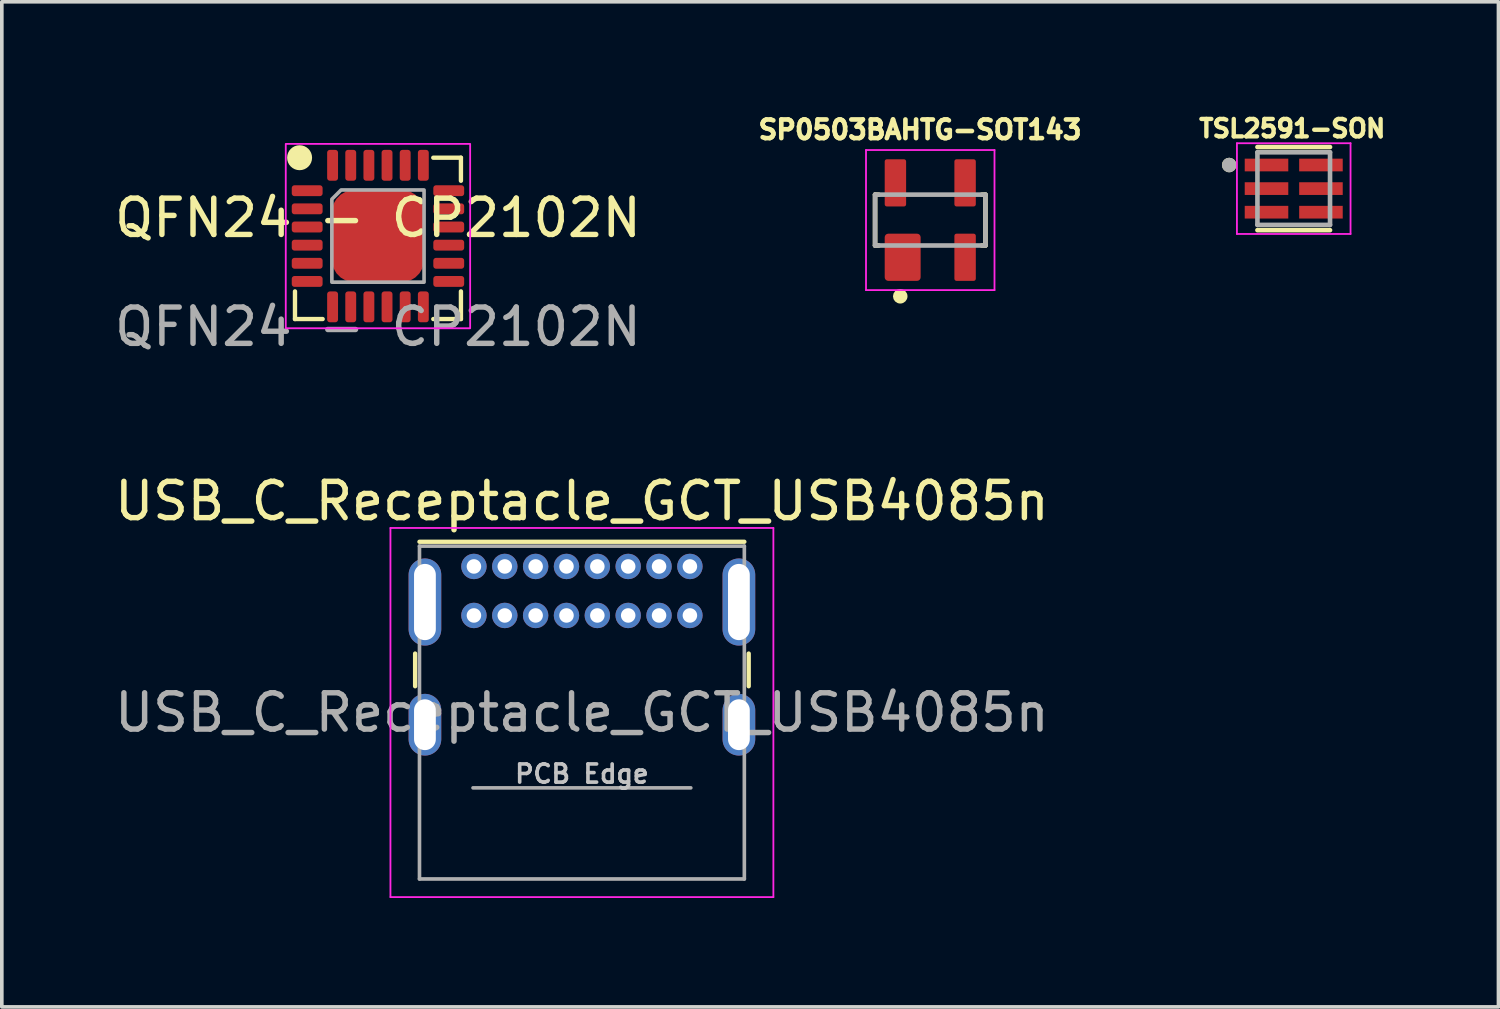
<source format=kicad_pcb>
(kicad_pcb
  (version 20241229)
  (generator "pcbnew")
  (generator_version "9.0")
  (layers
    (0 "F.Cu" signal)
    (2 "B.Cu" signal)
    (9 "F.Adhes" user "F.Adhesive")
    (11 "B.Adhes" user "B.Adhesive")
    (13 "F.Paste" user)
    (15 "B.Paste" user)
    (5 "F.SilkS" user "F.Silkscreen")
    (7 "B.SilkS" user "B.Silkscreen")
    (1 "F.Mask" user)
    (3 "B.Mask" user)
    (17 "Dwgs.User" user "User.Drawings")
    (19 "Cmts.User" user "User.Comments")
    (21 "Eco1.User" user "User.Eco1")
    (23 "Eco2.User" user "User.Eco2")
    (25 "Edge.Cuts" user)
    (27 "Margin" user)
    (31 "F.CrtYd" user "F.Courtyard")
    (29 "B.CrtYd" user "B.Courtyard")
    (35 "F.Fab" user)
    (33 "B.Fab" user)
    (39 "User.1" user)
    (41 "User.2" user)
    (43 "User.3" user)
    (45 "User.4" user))
  (footprint "SP0503BAHTG-SOT143"
    (layer "F.Cu")
    (at 22.579 3.013)
    (property "Reference" "SP0503BAHTG-SOT143" (at -0.281 -2.489 0) (layer "F.SilkS") (effects (font (size 0.513 0.513) (thickness 0.15))))
    (attr through_hole)
    (fp_line (start -1.52 -0.7) (end -1.52 0.7) (stroke (width 0.127) (type solid)) (layer "F.SilkS"))
    (fp_line (start -1.52 -0.7) (end -1.42 -0.7) (stroke (width 0.127) (type solid)) (layer "F.SilkS"))
    (fp_line (start -1.52 0.7) (end -1.42 0.7) (stroke (width 0.127) (type solid)) (layer "F.SilkS"))
    (fp_line (start 1.52 -0.7) (end 1.42 -0.7) (stroke (width 0.127) (type solid)) (layer "F.SilkS"))
    (fp_line (start 1.52 -0.7) (end 1.52 0.7) (stroke (width 0.127) (type solid)) (layer "F.SilkS"))
    (fp_line (start 1.52 0.7) (end 1.42 0.7) (stroke (width 0.127) (type solid)) (layer "F.SilkS"))
    (fp_circle (center -0.827 2.1) (end -0.727 2.1) (stroke (width 0.2) (type solid)) (fill no) (layer "F.SilkS"))
    (fp_line (start -1.77 -1.93) (end -1.77 1.93) (stroke (width 0.05) (type solid)) (layer "F.CrtYd"))
    (fp_line (start -1.77 1.93) (end 1.77 1.93) (stroke (width 0.05) (type solid)) (layer "F.CrtYd"))
    (fp_line (start 1.77 -1.93) (end -1.77 -1.93) (stroke (width 0.05) (type solid)) (layer "F.CrtYd"))
    (fp_line (start 1.77 1.93) (end 1.77 -1.93) (stroke (width 0.05) (type solid)) (layer "F.CrtYd"))
    (fp_line (start -1.52 -0.7) (end -1.52 0.7) (stroke (width 0.127) (type solid)) (layer "F.Fab"))
    (fp_line (start -1.52 0.7) (end 1.52 0.7) (stroke (width 0.127) (type solid)) (layer "F.Fab"))
    (fp_line (start 1.52 -0.7) (end -1.52 -0.7) (stroke (width 0.127) (type solid)) (layer "F.Fab"))
    (fp_line (start 1.52 0.7) (end 1.52 -0.7) (stroke (width 0.127) (type solid)) (layer "F.Fab"))
    (pad "1" smd roundrect (at -0.76 1.025) (size 0.99 1.3) (layers "F.Cu" "F.Mask" "F.Paste") (roundrect_rratio 0.1))
    (pad "2" smd roundrect (at 0.96 1.025) (size 0.59 1.3) (layers "F.Cu" "F.Mask" "F.Paste") (roundrect_rratio 0.1))
    (pad "3" smd roundrect (at 0.96 -1.025) (size 0.59 1.3) (layers "F.Cu" "F.Mask" "F.Paste") (roundrect_rratio 0.1))
    (pad "4" smd roundrect (at -0.96 -1.025) (size 0.59 1.3) (layers "F.Cu" "F.Mask" "F.Paste") (roundrect_rratio 0.1)))
  (footprint "TSL2591-SON"
    (layer "F.Cu")
    (at 32.593 2.146)
    (property "Reference" "TSL2591-SON" (at -0.041 -1.655 0) (layer "F.SilkS") (effects (font (size 0.48 0.48) (thickness 0.15))))
    (attr through_hole)
    (fp_line (start 1 -1.145) (end -1 -1.145) (stroke (width 0.127) (type solid)) (layer "F.SilkS"))
    (fp_line (start 1 1.145) (end -1 1.145) (stroke (width 0.127) (type solid)) (layer "F.SilkS"))
    (fp_circle (center -1.778 -0.65) (end -1.678 -0.65) (stroke (width 0.2) (type solid)) (fill no) (layer "F.SilkS"))
    (fp_line (start -1.565 -1.25) (end -1.565 1.25) (stroke (width 0.05) (type solid)) (layer "F.CrtYd"))
    (fp_line (start -1.565 1.25) (end 1.565 1.25) (stroke (width 0.05) (type solid)) (layer "F.CrtYd"))
    (fp_line (start 1.565 -1.25) (end -1.565 -1.25) (stroke (width 0.05) (type solid)) (layer "F.CrtYd"))
    (fp_line (start 1.565 1.25) (end 1.565 -1.25) (stroke (width 0.05) (type solid)) (layer "F.CrtYd"))
    (fp_line (start -1 -1) (end -1 1) (stroke (width 0.127) (type solid)) (layer "F.Fab"))
    (fp_line (start -1 1) (end 1 1) (stroke (width 0.127) (type solid)) (layer "F.Fab"))
    (fp_line (start 1 -1) (end -1 -1) (stroke (width 0.127) (type solid)) (layer "F.Fab"))
    (fp_line (start 1 1) (end 1 -1) (stroke (width 0.127) (type solid)) (layer "F.Fab"))
    (fp_circle (center -1.778 -0.65) (end -1.678 -0.65) (stroke (width 0.2) (type solid)) (fill no) (layer "F.Fab"))
    (pad "1" smd rect (at -0.75 -0.65) (size 1.2 0.35) (layers "F.Cu" "F.Mask" "F.Paste"))
    (pad "2" smd rect (at -0.75 0) (size 1.2 0.35) (layers "F.Cu" "F.Mask" "F.Paste"))
    (pad "3" smd rect (at -0.75 0.65) (size 1.2 0.35) (layers "F.Cu" "F.Mask" "F.Paste"))
    (pad "4" smd rect (at 0.75 0.65) (size 1.2 0.35) (layers "F.Cu" "F.Mask" "F.Paste"))
    (pad "5" smd rect (at 0.75 0) (size 1.2 0.35) (layers "F.Cu" "F.Mask" "F.Paste"))
    (pad "6" smd rect (at 0.75 -0.65) (size 1.2 0.35) (layers "F.Cu" "F.Mask" "F.Paste")))
  (footprint "QFN24 - CP2102N"
    (layer "F.Cu")
    (at 7.363 3.454)
    (property "Reference" "QFN24 - CP2102N" (at 0 -0.5 0) (unlocked yes) (layer "F.SilkS") (effects (font (size 1 1) (thickness 0.15))))
    (attr smd)
    (fp_line (start -2.286 2.286) (end -2.286 1.524) (stroke (width 0.12) (type solid)) (layer "F.SilkS"))
    (fp_line (start -1.524 2.286) (end -2.286 2.286) (stroke (width 0.12) (type solid)) (layer "F.SilkS"))
    (fp_line (start 1.524 -2.159) (end 2.286 -2.159) (stroke (width 0.12) (type solid)) (layer "F.SilkS"))
    (fp_line (start 2.286 -2.159) (end 2.286 -1.524) (stroke (width 0.12) (type solid)) (layer "F.SilkS"))
    (fp_line (start 2.286 1.524) (end 2.286 2.286) (stroke (width 0.12) (type solid)) (layer "F.SilkS"))
    (fp_line (start 2.286 2.286) (end 1.524 2.286) (stroke (width 0.12) (type solid)) (layer "F.SilkS"))
    (fp_circle (center -2.159 -2.159) (end -1.875 -2.159) (stroke (width 0.12) (type solid)) (fill yes) (layer "F.SilkS"))
    (fp_rect (start -2.54 -2.54) (end 2.54 2.54) (stroke (width 0.05) (type solid)) (fill no) (layer "F.CrtYd"))
    (fp_poly (pts (xy 1.27 1.27) (xy -1.27 1.27) (xy -1.27 -1.016) (xy -1.016 -1.27) (xy 1.27 -1.27)) (stroke (width 0.1) (type solid)) (fill no) (layer "F.Fab"))
    (fp_rect (start -3.429 -3.429) (end 3.556 3.429) (stroke (width 0.05) (type solid)) (fill no) (layer "User.1"))
    (fp_text user "${REFERENCE}" (at 0 2.5 0) (unlocked yes) (layer "F.Fab") (effects (font (size 1 1) (thickness 0.15))))
    (pad "1" smd roundrect (at -1.95 -1.25) (size 0.85 0.3) (layers "F.Cu" "F.Mask" "F.Paste") (roundrect_rratio 0.25))
    (pad "2" smd roundrect (at -1.95 -0.75) (size 0.85 0.3) (layers "F.Cu" "F.Mask" "F.Paste") (roundrect_rratio 0.25))
    (pad "2" smd roundrect (at 0 0) (size 2.55 2.55) (layers "F.Cu" "F.Mask" "F.Paste") (roundrect_rratio 0.25))
    (pad "3" smd roundrect (at -1.95 -0.25) (size 0.85 0.3) (layers "F.Cu" "F.Mask" "F.Paste") (roundrect_rratio 0.25))
    (pad "4" smd roundrect (at -1.95 0.25) (size 0.85 0.3) (layers "F.Cu" "F.Mask" "F.Paste") (roundrect_rratio 0.25))
    (pad "5" smd roundrect (at -1.95 0.75) (size 0.85 0.3) (layers "F.Cu" "F.Mask" "F.Paste") (roundrect_rratio 0.25))
    (pad "6" smd roundrect (at -1.95 1.25) (size 0.85 0.3) (layers "F.Cu" "F.Mask" "F.Paste") (roundrect_rratio 0.25))
    (pad "7" smd roundrect (at -1.25 1.95) (size 0.3 0.85) (layers "F.Cu" "F.Mask" "F.Paste") (roundrect_rratio 0.25))
    (pad "8" smd roundrect (at -0.75 1.95) (size 0.3 0.85) (layers "F.Cu" "F.Mask" "F.Paste") (roundrect_rratio 0.25))
    (pad "9" smd roundrect (at -0.25 1.95) (size 0.3 0.85) (layers "F.Cu" "F.Mask" "F.Paste") (roundrect_rratio 0.25))
    (pad "10" smd roundrect (at 0.25 1.95) (size 0.3 0.85) (layers "F.Cu" "F.Mask" "F.Paste") (roundrect_rratio 0.25))
    (pad "11" smd roundrect (at 0.75 1.95) (size 0.3 0.85) (layers "F.Cu" "F.Mask" "F.Paste") (roundrect_rratio 0.25))
    (pad "12" smd roundrect (at 1.25 1.95) (size 0.3 0.85) (layers "F.Cu" "F.Mask" "F.Paste") (roundrect_rratio 0.25))
    (pad "13" smd roundrect (at 1.95 1.25) (size 0.85 0.3) (layers "F.Cu" "F.Mask" "F.Paste") (roundrect_rratio 0.25))
    (pad "14" smd roundrect (at 1.95 0.75) (size 0.85 0.3) (layers "F.Cu" "F.Mask" "F.Paste") (roundrect_rratio 0.25))
    (pad "15" smd roundrect (at 1.95 0.25) (size 0.85 0.3) (layers "F.Cu" "F.Mask" "F.Paste") (roundrect_rratio 0.25))
    (pad "16" smd roundrect (at 1.95 -0.25) (size 0.85 0.3) (layers "F.Cu" "F.Mask" "F.Paste") (roundrect_rratio 0.25))
    (pad "17" smd roundrect (at 1.95 -0.75) (size 0.85 0.3) (layers "F.Cu" "F.Mask" "F.Paste") (roundrect_rratio 0.25))
    (pad "18" smd roundrect (at 1.95 -1.25) (size 0.85 0.3) (layers "F.Cu" "F.Mask" "F.Paste") (roundrect_rratio 0.25))
    (pad "19" smd roundrect (at 1.25 -1.95) (size 0.3 0.85) (layers "F.Cu" "F.Mask" "F.Paste") (roundrect_rratio 0.25))
    (pad "20" smd roundrect (at 0.75 -1.95) (size 0.3 0.85) (layers "F.Cu" "F.Mask" "F.Paste") (roundrect_rratio 0.25))
    (pad "21" smd roundrect (at 0.25 -1.95) (size 0.3 0.85) (layers "F.Cu" "F.Mask" "F.Paste") (roundrect_rratio 0.25))
    (pad "22" smd roundrect (at -0.25 -1.95) (size 0.3 0.85) (layers "F.Cu" "F.Mask" "F.Paste") (roundrect_rratio 0.25))
    (pad "23" smd roundrect (at -0.75 -1.95) (size 0.3 0.85) (layers "F.Cu" "F.Mask" "F.Paste") (roundrect_rratio 0.25))
    (pad "24" smd roundrect (at -1.25 -1.95) (size 0.3 0.85) (layers "F.Cu" "F.Mask" "F.Paste") (roundrect_rratio 0.25)))
  (footprint "USB_C_Receptacle_GCT_USB4085n"
    (layer "F.Cu")
    (at 10.007 12.556)
    (property "Reference" "USB_C_Receptacle_GCT_USB4085n" (at 2.975 -1.8 0) (layer "F.SilkS") (effects (font (size 1 1) (thickness 0.15))))
    (attr through_hole)
    (fp_line (start -1.62 2.4) (end -1.62 3.3) (stroke (width 0.12) (type solid)) (layer "F.SilkS"))
    (fp_line (start -1.5 -0.68) (end 7.45 -0.68) (stroke (width 0.12) (type solid)) (layer "F.SilkS"))
    (fp_line (start 7.57 2.4) (end 7.57 3.3) (stroke (width 0.12) (type solid)) (layer "F.SilkS"))
    (fp_line (start -2.3 -1.06) (end -2.3 9.11) (stroke (width 0.05) (type solid)) (layer "F.CrtYd"))
    (fp_line (start -2.3 -1.06) (end 8.25 -1.06) (stroke (width 0.05) (type solid)) (layer "F.CrtYd"))
    (fp_line (start -2.3 9.11) (end 8.25 9.11) (stroke (width 0.05) (type solid)) (layer "F.CrtYd"))
    (fp_line (start 8.25 -1.06) (end 8.25 9.11) (stroke (width 0.05) (type solid)) (layer "F.CrtYd"))
    (fp_line (start -1.5 -0.56) (end -1.5 8.61) (stroke (width 0.1) (type solid)) (layer "F.Fab"))
    (fp_line (start -1.5 -0.56) (end 7.45 -0.56) (stroke (width 0.1) (type solid)) (layer "F.Fab"))
    (fp_line (start -1.5 8.61) (end 7.45 8.61) (stroke (width 0.1) (type solid)) (layer "F.Fab"))
    (fp_line (start -0.025 6.1) (end 5.975 6.1) (stroke (width 0.1) (type solid)) (layer "F.Fab"))
    (fp_line (start 7.45 -0.56) (end 7.45 8.61) (stroke (width 0.1) (type solid)) (layer "F.Fab"))
    (fp_text user "PCB Edge" (at 2.975 5.715 0) (layer "Dwgs.User") (effects (font (size 0.5 0.5) (thickness 0.1))))
    (fp_text user "${REFERENCE}" (at 2.975 4.025 0) (layer "F.Fab") (effects (font (size 1 1) (thickness 0.15))))
    (pad "A1" thru_hole circle (at 0 0) (size 0.7 0.7) (drill 0.4) (layers "*.Cu" "*.Mask"))
    (pad "A4" thru_hole circle (at 0.85 0) (size 0.7 0.7) (drill 0.4) (layers "*.Cu" "*.Mask"))
    (pad "A5" thru_hole circle (at 1.7 0) (size 0.7 0.7) (drill 0.4) (layers "*.Cu" "*.Mask"))
    (pad "A6" thru_hole circle (at 2.55 0) (size 0.7 0.7) (drill 0.4) (layers "*.Cu" "*.Mask"))
    (pad "A7" thru_hole circle (at 3.4 0) (size 0.7 0.7) (drill 0.4) (layers "*.Cu" "*.Mask"))
    (pad "A8" thru_hole circle (at 4.25 0) (size 0.7 0.7) (drill 0.4) (layers "*.Cu" "*.Mask"))
    (pad "A9" thru_hole circle (at 5.1 0) (size 0.7 0.7) (drill 0.4) (layers "*.Cu" "*.Mask"))
    (pad "A12" thru_hole circle (at 5.95 0) (size 0.7 0.7) (drill 0.4) (layers "*.Cu" "*.Mask"))
    (pad "B1" thru_hole circle (at 5.95 1.35) (size 0.7 0.7) (drill 0.4) (layers "*.Cu" "*.Mask"))
    (pad "B4" thru_hole circle (at 5.1 1.35) (size 0.7 0.7) (drill 0.4) (layers "*.Cu" "*.Mask"))
    (pad "B5" thru_hole circle (at 4.25 1.35) (size 0.7 0.7) (drill 0.4) (layers "*.Cu" "*.Mask"))
    (pad "B6" thru_hole circle (at 3.4 1.35) (size 0.7 0.7) (drill 0.4) (layers "*.Cu" "*.Mask"))
    (pad "B7" thru_hole circle (at 2.55 1.35) (size 0.7 0.7) (drill 0.4) (layers "*.Cu" "*.Mask"))
    (pad "B8" thru_hole circle (at 1.7 1.35) (size 0.7 0.7) (drill 0.4) (layers "*.Cu" "*.Mask"))
    (pad "B9" thru_hole circle (at 0.85 1.35) (size 0.7 0.7) (drill 0.4) (layers "*.Cu" "*.Mask"))
    (pad "B12" thru_hole circle (at 0 1.35) (size 0.7 0.7) (drill 0.4) (layers "*.Cu" "*.Mask"))
    (pad "S1" thru_hole oval (at -1.35 0.98) (size 0.9 2.4) (drill oval 0.6 2.1) (layers "*.Cu" "*.Mask"))
    (pad "S1" thru_hole oval (at -1.35 4.36) (size 0.9 1.7) (drill oval 0.6 1.4) (layers "*.Cu" "*.Mask"))
    (pad "S1" thru_hole oval (at 7.3 0.98) (size 0.9 2.4) (drill oval 0.6 2.1) (layers "*.Cu" "*.Mask"))
    (pad "S1" thru_hole oval (at 7.3 4.36) (size 0.9 1.7) (drill oval 0.6 1.4) (layers "*.Cu" "*.Mask")))
  (gr_rect
    (start -3 -3)
    (end 38.233 24.691)
    (stroke (width 0.1) (type default))
    (fill no)
    (layer "Edge.Cuts")))
</source>
